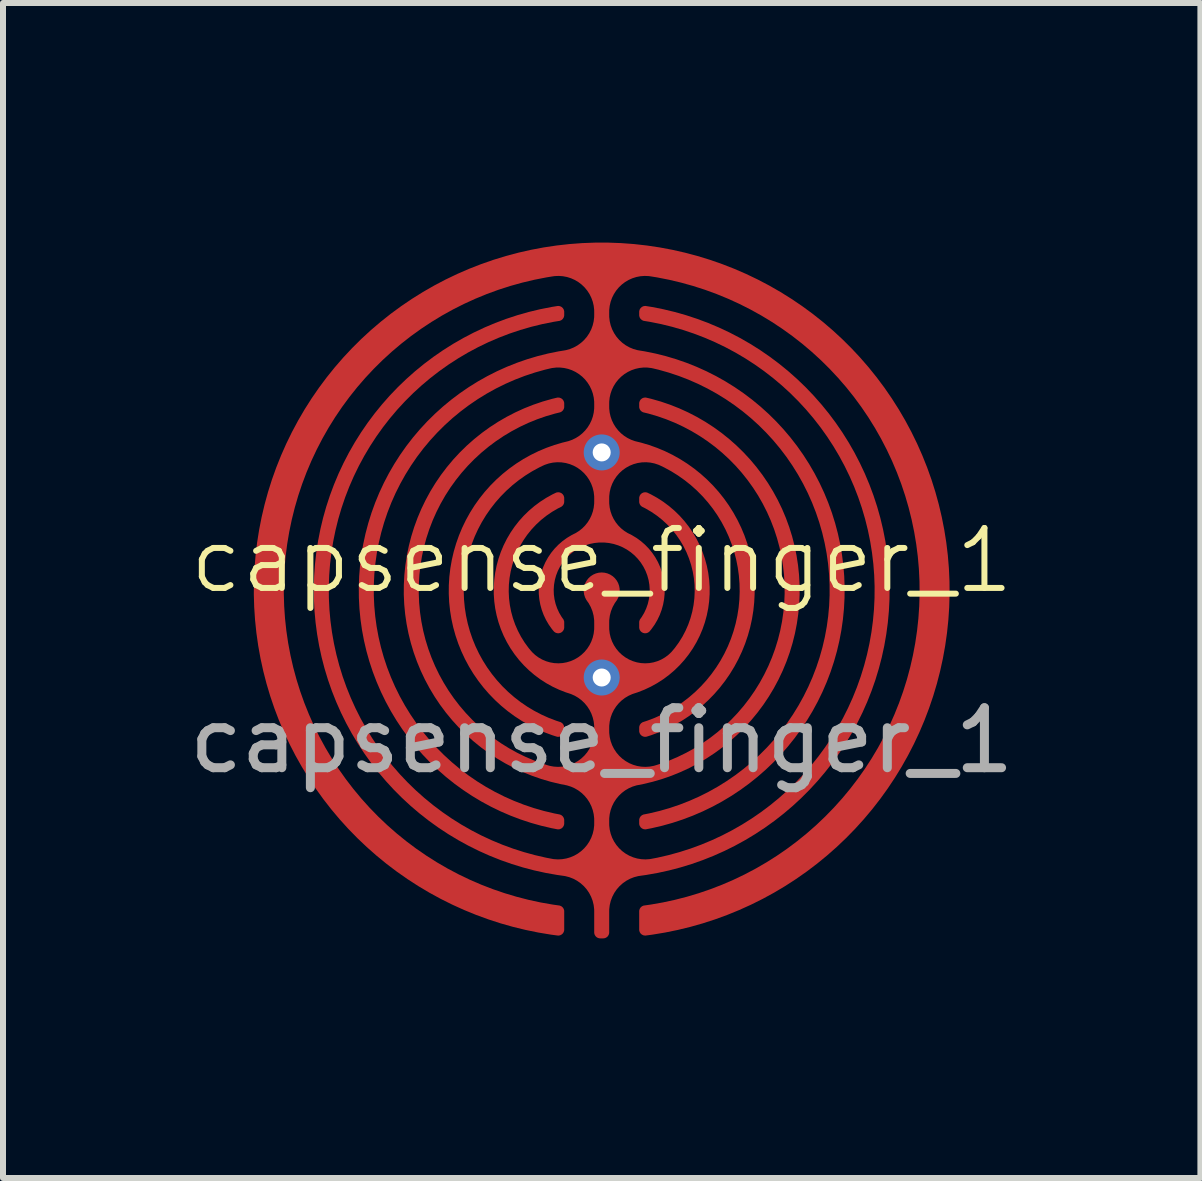
<source format=kicad_pcb>
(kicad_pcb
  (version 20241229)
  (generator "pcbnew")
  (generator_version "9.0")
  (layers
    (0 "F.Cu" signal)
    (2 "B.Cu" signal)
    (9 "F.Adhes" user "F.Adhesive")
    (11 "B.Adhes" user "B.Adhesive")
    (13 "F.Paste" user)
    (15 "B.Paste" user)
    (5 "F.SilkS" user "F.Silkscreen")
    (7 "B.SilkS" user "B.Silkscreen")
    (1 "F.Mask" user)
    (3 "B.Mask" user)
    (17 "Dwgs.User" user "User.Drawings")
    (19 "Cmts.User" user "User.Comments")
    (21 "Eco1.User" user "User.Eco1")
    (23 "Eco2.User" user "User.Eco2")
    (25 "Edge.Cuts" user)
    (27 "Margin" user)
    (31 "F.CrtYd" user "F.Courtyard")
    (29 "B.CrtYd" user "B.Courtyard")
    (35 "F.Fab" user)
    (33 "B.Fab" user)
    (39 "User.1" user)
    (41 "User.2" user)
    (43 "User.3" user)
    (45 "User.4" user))
  (footprint "capsense_finger_1"
    (layer "F.Cu")
    (at 6.982 6.795)
    (property "Reference" "capsense_finger_1" (at 0 -0.5 0) (unlocked yes) (layer "F.SilkS") (effects (font (size 1 1) (thickness 0.1))))
    (attr smd)
    (fp_text user "${REFERENCE}" (at 0 2.5 0) (unlocked yes) (layer "F.Fab") (effects (font (size 1 1) (thickness 0.15))))
    (pad "1" smd custom (at 0 1.451) (size 0.5 0.5) (layers "F.Cu") (options (anchor circle)) (primitives (gr_poly (pts (arc (start -0.681061 -2.843245) (mid -1.517028 -1.768893) (end -1.182895 -0.44926)) (arc (start -1.182895 -0.44926) (mid -0.518526 -0.273633) (end -0.125 -0.836988)) (arc (start -0.125 -0.917621) (mid -0.154912 -1.104704) (end -0.241667 -1.273133)) (arc (start -0.241667 -1.273133) (mid 0 -1.750889) (end 0.241667 -1.273133)) (arc (start 0.241667 -1.273133) (mid 0.154913 -1.104703) (end 0.125 -0.917621)) (arc (start 0.125 -0.836988) (mid 0.518525 -0.273633) (end 1.182895 -0.44926)) (arc (start 1.182895 -0.44926) (mid 1.517028 -1.768892) (end 0.681061 -2.843245)) (arc (start 0.681061 -2.843245) (mid 0.640163 -2.880131) (end 0.625 -2.933075)) (arc (start 0.625 -2.988541) (mid 0.671438 -3.073035) (end 0.767647 -3.078992)) (arc (start 0.767647 -3.078992) (mid 1.795979 -1.33064) (end 0.54375 0.265018)) (arc (start 0.54375 0.265018) (mid 0.240875 0.482548) (end 0.125 0.836987)) (arc (start 0.125 0.889383) (mid 0.369002 1.372359) (end 0.902551 1.462511)) (arc (start 0.902551 1.462511) (mid 3.048228 -1.554837) (end 0.701984 -4.419006)) (arc (start 0.701984 -4.419006) (mid 0.646574 -4.454279) (end 0.625 -4.516321)) (arc (start 0.625 -4.567678) (mid 0.66281 -4.645999) (end 0.747656 -4.665078)) (arc (start 0.747656 -4.665078) (mid 3.299287 -1.382317) (end 0.613462 1.791589)) (arc (start 0.613462 1.791589) (mid 0.262981 1.998327) (end 0.125 2.381131)) (arc (start 0.125 2.432006) (mid 0.341644 2.893567) (end 0.835127 3.021813)) (arc (start 0.835127 3.021813) (mid 4.549553 -1.514674) (end 0.709409 -5.945245)) (arc (start 0.709409 -5.945245) (mid 0.648974 -5.979057) (end 0.625 -6.044022)) (arc (start 0.625 -6.094635) (mid 0.659986 -6.170571) (end 0.740426 -6.193438)) (arc (start 0.740426 -6.193438) (mid 4.799755 -1.402391) (end 0.644444 3.305653)) (arc (start 0.644444 3.305653) (mid 0.273152 3.505464) (end 0.125 3.900221)) (arc (start 0.125 4.249056) (mid 0.095866 4.319612) (end 0.025439 4.349055)) (arc (start -0.025439 4.349055) (mid -0.095866 4.319612) (end -0.125 4.249056)) (arc (start -0.125 3.900221) (mid -0.273151 3.505463) (end -0.644444 3.305653)) (arc (start -0.644444 3.305653) (mid -4.799755 -1.402391) (end -0.740426 -6.193438)) (arc (start -0.740426 -6.193438) (mid -0.659971 -6.170604) (end -0.625 -6.094635)) (arc (start -0.625 -6.044022) (mid -0.648977 -5.979057) (end -0.709409 -5.945245)) (arc (start -0.709409 -5.945245) (mid -4.549553 -1.514674) (end -0.835127 3.021813)) (arc (start -0.835127 3.021813) (mid -0.341644 2.893567) (end -0.125 2.432006)) (arc (start -0.125 2.381131) (mid -0.262981 1.998327) (end -0.613462 1.791589)) (arc (start -0.613462 1.791589) (mid -3.299287 -1.382317) (end -0.747656 -4.665078)) (arc (start -0.747656 -4.665078) (mid -0.662813 -4.64599) (end -0.625 -4.567678)) (arc (start -0.625 -4.516321) (mid -0.646573 -4.454279) (end -0.701984 -4.419006)) (arc (start -0.701984 -4.419006) (mid -3.048228 -1.554837) (end -0.902551 1.462511)) (arc (start -0.902551 1.462511) (mid -0.369002 1.372359) (end -0.125 0.889383)) (arc (start -0.125 0.836987) (mid -0.240877 0.482551) (end -0.54375 0.265018)) (arc (start -0.54375 0.265018) (mid -1.795979 -1.33064) (end -0.767647 -3.078992)) (arc (start -0.767647 -3.078992) (mid -0.671449 -3.072995) (end -0.625 -2.988541)) (arc (start -0.625 -2.933075) (mid -0.640165 -2.880131) (end -0.681061 -2.843245))) (width 0) (fill yes))))
    (pad "1" thru_hole circle (at 0 1.451) (size 0.6 0.6) (drill 0.3) (layers "*.Cu"))
    (pad "2" smd custom (at 0 -2.302) (size 0.5 0.5) (layers "F.Cu") (options (anchor circle)) (primitives (gr_poly (pts (arc (start 0.817553 -2.935022) (mid 0.334827 -2.79802) (end 0.125 -2.342204)) (arc (start 0.125 -2.291591) (mid 0.268859 -1.901802) (end 0.631452 -1.698929)) (arc (start 0.631452 -1.698929) (mid 4.049602 2.244767) (end 0.743354 6.282738)) (arc (start 0.743354 6.282738) (mid 0.661109 6.261363) (end 0.625 6.184437)) (arc (start 0.625 6.133562) (mid 0.647989 6.069751) (end 0.70641 6.035305)) (arc (start 0.70641 6.035305) (mid 3.799179 2.380504) (end 0.860937 -1.399645)) (arc (start 0.860937 -1.399645) (mid 0.351876 -1.285129) (end 0.125 -0.815247)) (arc (start 0.125 -0.76389) (mid 0.254439 -0.391638) (end 0.586905 -0.179998)) (arc (start 0.586905 -0.179998) (mid 2.548518 2.214635) (end 0.754592 4.737336)) (arc (start 0.754592 4.737336) (mid 0.665666 4.72231) (end 0.625 4.641814)) (arc (start 0.625 4.589418) (mid 0.644322 4.530357) (end 0.694792 4.49409)) (arc (start 0.694792 4.49409) (mid 2.294862 2.455194) (end 0.980882 0.221189)) (arc (start 0.980882 0.221189) (mid 0.403698 0.257172) (end 0.125 0.76389)) (arc (start 0.125 0.819356) (mid 0.21599 1.137018) (end 0.461364 1.358333)) (arc (start 0.461364 1.358333) (mid 1.027664 2.08612) (end 0.801316 2.980065)) (arc (start 0.801316 2.980065) (mid 0.690587 3.009336) (end 0.625 2.915443)) (arc (start 0.625 2.83481) (mid 0.629994 2.803634) (end 0.644444 2.775558)) (arc (start 0.644444 2.775558) (mid 0 1.501542) (end -0.644444 2.775558)) (arc (start -0.644444 2.775558) (mid -0.629985 2.80363) (end -0.625 2.83481)) (arc (start -0.625 2.915443) (mid -0.690587 3.009335) (end -0.801316 2.980065)) (arc (start -0.801316 2.980065) (mid -1.027664 2.08612) (end -0.461364 1.358333)) (arc (start -0.461364 1.358333) (mid -0.21599 1.137018) (end -0.125 0.819356)) (arc (start -0.125 0.76389) (mid -0.403697 0.257171) (end -0.980882 0.221189)) (arc (start -0.980882 0.221189) (mid -2.294862 2.455194) (end -0.694792 4.49409)) (arc (start -0.694792 4.49409) (mid -0.644313 4.530345) (end -0.625 4.589418)) (arc (start -0.625 4.641814) (mid -0.665667 4.72231) (end -0.754592 4.737336)) (arc (start -0.754592 4.737336) (mid -2.54852 2.214635) (end -0.586905 -0.179998)) (arc (start -0.586905 -0.179998) (mid -0.254438 -0.391638) (end -0.125 -0.76389)) (arc (start -0.125 -0.815247) (mid -0.35188 -1.285121) (end -0.860938 -1.399645)) (arc (start -0.860938 -1.399645) (mid -3.79918 2.380504) (end -0.70641 6.035305)) (arc (start -0.70641 6.035305) (mid -0.647997 6.069761) (end -0.625 6.133562)) (arc (start -0.625 6.184437) (mid -0.661107 6.261364) (end -0.743354 6.282738)) (arc (start -0.743354 6.282738) (mid -4.049602 2.244767) (end -0.631452 -1.698929)) (arc (start -0.631452 -1.698929) (mid -0.268859 -1.901802) (end -0.125 -2.291591)) (arc (start -0.125 -2.342204) (mid -0.334829 -2.798017) (end -0.817553 -2.935022)) (arc (start -0.817553 -2.935022) (mid -5.299729 2.355092) (end -0.711574 7.553557)) (arc (start -0.711574 7.553557) (mid -0.649692 7.586859) (end -0.625 7.652652)) (arc (start -0.625 7.955247) (mid -0.658939 8.03032) (end -0.737719 8.054434)) (arc (start -0.737719 8.054434) (mid 0 -3.498458) (end 0.737719 8.054434)) (arc (start 0.737719 8.054434) (mid 0.658938 8.03032) (end 0.625 7.955247)) (arc (start 0.625 7.652652) (mid 0.649688 7.586853) (end 0.711574 7.553557)) (arc (start 0.711574 7.553557) (mid 5.299729 2.355092) (end 0.817553 -2.935022))) (width 0) (fill yes))))
    (pad "2" thru_hole circle (at 0 -2.302) (size 0.6 0.6) (drill 0.3) (layers "*.Cu"))
    (zone (net_name "") (layers "F.Cu" "B.Cu" "Cmts.User") (hatch edge 0.5) (connect_pads) (min_thickness 0.25) (filled_areas_thickness no) (keepout (tracks not_allowed) (vias not_allowed) (pads allowed) (copperpour allowed) (footprints allowed)) (placement (enabled no)) (fill) (polygon (pts (arc (start 5.582144 13.445009) (mid 0.186374 6.79501) (end 5.582144 0.145011)) (xy 6.482 1.045) (xy 6.482 12.545) (xy 5.582 13.445))))
    (zone (net_name "") (layers "F.Cu" "B.Cu" "Cmts.User") (hatch edge 0.5) (connect_pads) (min_thickness 0.25) (filled_areas_thickness no) (keepout (tracks not_allowed) (vias not_allowed) (pads allowed) (copperpour allowed) (footprints allowed)) (placement (enabled no)) (fill) (polygon (pts (arc (start 8.382144 13.445009) (mid 13.777914 6.79501) (end 8.382144 0.145011)) (xy 7.482 1.045) (xy 7.482 12.545) (xy 8.382 13.445))))
    (zone (net_name "") (layers "F.Cu" "B.Cu") (name "No fill") (hatch edge 0.5) (connect_pads) (min_thickness 0.25) (filled_areas_thickness no) (keepout (tracks allowed) (vias allowed) (pads allowed) (copperpour not_allowed) (footprints allowed)) (placement (enabled no)) (fill) (polygon (pts (xy 13.782 6.795) (xy 13.762 6.274) (xy 13.702 5.757) (xy 13.603 5.246) (xy 13.465 4.743) (xy 13.289 4.253) (xy 13.076 3.778) (xy 12.827 3.32) (xy 12.544 2.883) (xy 12.228 2.469) (xy 11.882 2.08) (xy 11.506 1.718) (xy 11.104 1.387) (xy 10.678 1.087) (xy 10.231 0.821) (xy 9.764 0.59) (xy 9.281 0.395) (xy 8.784 0.238) (xy 8.277 0.119) (xy 7.762 0.04) (xy 7.243 0) (xy 6.722 0) (xy 6.202 0.04) (xy 5.687 0.119) (xy 5.18 0.238) (xy 4.684 0.395) (xy 4.2 0.59) (xy 3.734 0.821) (xy 3.286 1.087) (xy 2.86 1.387) (xy 2.458 1.718) (xy 2.083 2.08) (xy 1.736 2.469) (xy 1.42 2.883) (xy 1.137 3.32) (xy 0.888 3.778) (xy 0.675 4.253) (xy 0.499 4.743) (xy 0.361 5.246) (xy 0.262 5.757) (xy 0.202 6.274) (xy 0.182 6.795) (xy 0.202 7.316) (xy 0.262 7.833) (xy 0.361 8.344) (xy 0.499 8.847) (xy 0.675 9.337) (xy 0.888 9.812) (xy 1.137 10.27) (xy 1.42 10.707) (xy 1.736 11.121) (xy 2.083 11.51) (xy 2.458 11.872) (xy 2.86 12.203) (xy 3.286 12.503) (xy 3.734 12.769) (xy 4.2 13) (xy 4.684 13.195) (xy 5.18 13.352) (xy 5.687 13.471) (xy 6.202 13.55) (xy 6.722 13.59) (xy 7.243 13.59) (xy 7.762 13.55) (xy 8.277 13.471) (xy 8.784 13.352) (xy 9.281 13.195) (xy 9.764 13) (xy 10.231 12.769) (xy 10.678 12.503) (xy 11.104 12.203) (xy 11.506 11.872) (xy 11.882 11.51) (xy 12.228 11.121) (xy 12.544 10.707) (xy 12.827 10.27) (xy 13.076 9.812) (xy 13.289 9.337) (xy 13.465 8.847) (xy 13.603 8.344) (xy 13.702 7.833) (xy 13.762 7.316)))))
  (gr_rect
    (start -3 -3)
    (end 16.964 16.59)
    (stroke (width 0.1) (type default))
    (fill no)
    (layer "Edge.Cuts")))
</source>
